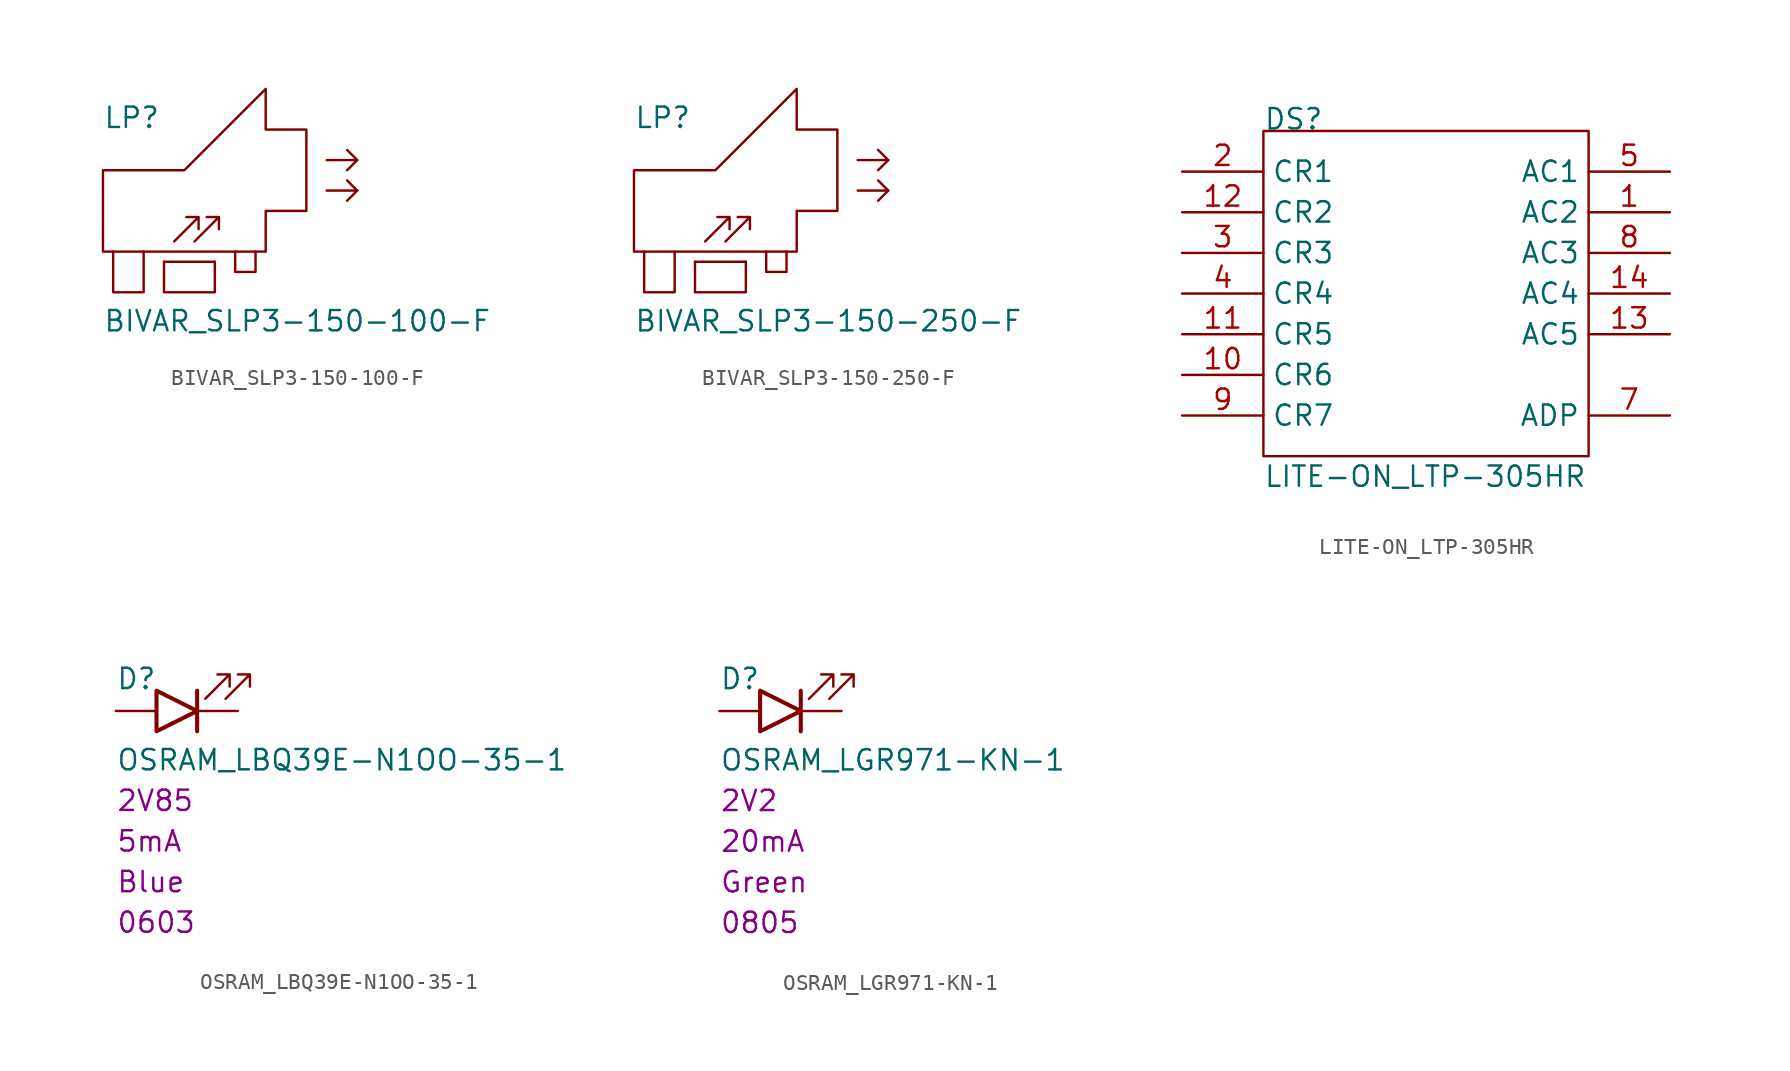
<source format=kicad_sym>
(kicad_symbol_lib
  (version 20220914)
  (generator kicad_symbol_editor)
  (symbol "BIVAR_SLP3-150-100-F"
    (pin_numbers hide)
    (pin_names
      (offset 0.254) hide)
    (property "Reference" "LP"
      (at 0 7.62 0)
      (effects (font (size 1.27 1.27)) (justify left bottom)))
    (property "Value" "BIVAR_SLP3-150-100-F"
      (at 0 -5.08 0)
      (effects (font (size 1.27 1.27)) (justify left bottom)))
    (symbol "BIVAR_SLP3-150-100-F_0_1"
      (polyline (pts (xy 6.985 -0.635) (xy 3.81 -0.635)) (stroke (width 0) (type default)) (fill (type none)))
      (polyline (pts (xy 15.875 3.81) (xy 15.24 3.175)) (stroke (width 0) (type default)) (fill (type none)))
      (polyline (pts (xy 15.875 5.715) (xy 15.24 5.08)) (stroke (width 0) (type default)) (fill (type none)))
      (polyline (pts (xy 13.97 3.81) (xy 15.875 3.81) (xy 15.24 4.445)) (stroke (width 0) (type default)) (fill (type none)))
      (polyline (pts (xy 13.97 5.715) (xy 15.875 5.715) (xy 15.24 6.35)) (stroke (width 0) (type default)) (fill (type none)))
      (polyline (pts (xy 0.635 0) (xy 0.635 -2.54) (xy 2.54 -2.54) (xy 2.54 0)) (stroke (width 0) (type default)) (fill (type none)))
      (polyline (pts (xy 3.81 -0.635) (xy 3.81 -2.54) (xy 6.985 -2.54) (xy 6.985 -0.635)) (stroke (width 0) (type default)) (fill (type none)))
      (polyline (pts (xy 8.255 0) (xy 8.255 -1.27) (xy 9.525 -1.27) (xy 9.525 0)) (stroke (width 0) (type default)) (fill (type none)))
      (polyline (pts (xy 4.445 0.635) (xy 5.969 2.159) (xy 5.207 2.159) (xy 5.969 2.159) (xy 5.969 1.397)) (stroke (width 0) (type default)) (fill (type none)))
      (polyline (pts (xy 5.715 0.635) (xy 7.239 2.159) (xy 6.477 2.159) (xy 7.239 2.159) (xy 7.239 1.397)) (stroke (width 0) (type default)) (fill (type none)))
      (polyline (pts (xy 0 0) (xy 0 5.08) (xy 5.08 5.08) (xy 10.16 10.16) (xy 10.16 7.62) (xy 12.7 7.62) (xy 12.7 2.54) (xy 10.16 2.54) (xy 10.16 0) (xy 0 0)) (stroke (width 0) (type default)) (fill (type none)))))
  (symbol "BIVAR_SLP3-150-250-F"
    (pin_numbers hide)
    (pin_names
      (offset 0.254) hide)
    (property "Reference" "LP"
      (at 0 7.62 0)
      (effects (font (size 1.27 1.27)) (justify left bottom)))
    (property "Value" "BIVAR_SLP3-150-250-F"
      (at 0 -5.08 0)
      (effects (font (size 1.27 1.27)) (justify left bottom)))
    (symbol "BIVAR_SLP3-150-250-F_0_1"
      (polyline (pts (xy 6.985 -0.635) (xy 3.81 -0.635)) (stroke (width 0) (type default)) (fill (type none)))
      (polyline (pts (xy 15.875 3.81) (xy 15.24 3.175)) (stroke (width 0) (type default)) (fill (type none)))
      (polyline (pts (xy 15.875 5.715) (xy 15.24 5.08)) (stroke (width 0) (type default)) (fill (type none)))
      (polyline (pts (xy 13.97 3.81) (xy 15.875 3.81) (xy 15.24 4.445)) (stroke (width 0) (type default)) (fill (type none)))
      (polyline (pts (xy 13.97 5.715) (xy 15.875 5.715) (xy 15.24 6.35)) (stroke (width 0) (type default)) (fill (type none)))
      (polyline (pts (xy 0.635 0) (xy 0.635 -2.54) (xy 2.54 -2.54) (xy 2.54 0)) (stroke (width 0) (type default)) (fill (type none)))
      (polyline (pts (xy 3.81 -0.635) (xy 3.81 -2.54) (xy 6.985 -2.54) (xy 6.985 -0.635)) (stroke (width 0) (type default)) (fill (type none)))
      (polyline (pts (xy 8.255 0) (xy 8.255 -1.27) (xy 9.525 -1.27) (xy 9.525 0)) (stroke (width 0) (type default)) (fill (type none)))
      (polyline (pts (xy 4.445 0.635) (xy 5.969 2.159) (xy 5.207 2.159) (xy 5.969 2.159) (xy 5.969 1.397)) (stroke (width 0) (type default)) (fill (type none)))
      (polyline (pts (xy 5.715 0.635) (xy 7.239 2.159) (xy 6.477 2.159) (xy 7.239 2.159) (xy 7.239 1.397)) (stroke (width 0) (type default)) (fill (type none)))
      (polyline (pts (xy 0 0) (xy 0 5.08) (xy 5.08 5.08) (xy 10.16 10.16) (xy 10.16 7.62) (xy 12.7 7.62) (xy 12.7 2.54) (xy 10.16 2.54) (xy 10.16 0) (xy 0 0)) (stroke (width 0) (type default)) (fill (type none)))))
  (symbol "LITE-ON_LTP-305HR"
    (property "Reference" "DS"
      (at 5.08 2.54 0)
      (effects (font (size 1.27 1.27)) (justify left bottom)))
    (property "Value" "LITE-ON_LTP-305HR"
      (at 5.08 -19.05 0)
      (effects (font (size 1.27 1.27)) (justify left)))
    (symbol "LITE-ON_LTP-305HR_0_0"
      (rectangle (start 5.08 2.54) (end 25.4 -17.78) (stroke (width 0.152) (type default)) (fill (type none))))
    (symbol "LITE-ON_LTP-305HR_1_1"
      (pin bidirectional line (at 30.48 -2.54 180) (length 5.08) (name "AC2" (effects (font (size 1.27 1.27)))) (number "1" (effects (font (size 1.27 1.27)))))
      (pin bidirectional line (at 0 -12.7 0) (length 5.08) (name "CR6" (effects (font (size 1.27 1.27)))) (number "10" (effects (font (size 1.27 1.27)))))
      (pin bidirectional line (at 0 -10.16 0) (length 5.08) (name "CR5" (effects (font (size 1.27 1.27)))) (number "11" (effects (font (size 1.27 1.27)))))
      (pin bidirectional line (at 0 -2.54 0) (length 5.08) (name "CR2" (effects (font (size 1.27 1.27)))) (number "12" (effects (font (size 1.27 1.27)))))
      (pin bidirectional line (at 30.48 -10.16 180) (length 5.08) (name "AC5" (effects (font (size 1.27 1.27)))) (number "13" (effects (font (size 1.27 1.27)))))
      (pin bidirectional line (at 30.48 -7.62 180) (length 5.08) (name "AC4" (effects (font (size 1.27 1.27)))) (number "14" (effects (font (size 1.27 1.27)))))
      (pin bidirectional line (at 0 0 0) (length 5.08) (name "CR1" (effects (font (size 1.27 1.27)))) (number "2" (effects (font (size 1.27 1.27)))))
      (pin bidirectional line (at 0 -5.08 0) (length 5.08) (name "CR3" (effects (font (size 1.27 1.27)))) (number "3" (effects (font (size 1.27 1.27)))))
      (pin bidirectional line (at 0 -7.62 0) (length 5.08) (name "CR4" (effects (font (size 1.27 1.27)))) (number "4" (effects (font (size 1.27 1.27)))))
      (pin bidirectional line (at 30.48 0 180) (length 5.08) (name "AC1" (effects (font (size 1.27 1.27)))) (number "5" (effects (font (size 1.27 1.27)))))
      (pin bidirectional line (at 30.48 -15.24 180) (length 5.08) (name "ADP" (effects (font (size 1.27 1.27)))) (number "7" (effects (font (size 1.27 1.27)))))
      (pin bidirectional line (at 30.48 -5.08 180) (length 5.08) (name "AC3" (effects (font (size 1.27 1.27)))) (number "8" (effects (font (size 1.27 1.27)))))
      (pin bidirectional line (at 0 -15.24 0) (length 5.08) (name "CR7" (effects (font (size 1.27 1.27)))) (number "9" (effects (font (size 1.27 1.27)))))))
  (symbol "OSRAM_LBQ39E-N1OO-35-1"
    (pin_numbers hide)
    (pin_names
      (offset 0.254) hide)
    (property "Reference" "D"
      (at 0 1.27 0)
      (effects (font (size 1.27 1.27)) (justify left bottom)))
    (property "Value" "OSRAM_LBQ39E-N1OO-35-1"
      (at 0 -3.81 0)
      (effects (font (size 1.27 1.27)) (justify left bottom)))
    (property "Vf" "2V85"
      (at 0 -6.35 0)
      (effects (font (size 1.27 1.27)) (justify left bottom)))
    (property "Current" "5mA"
      (at 0 -8.89 0)
      (effects (font (size 1.27 1.27)) (justify left bottom)))
    (property "Color" "Blue"
      (at 0 -11.43 0)
      (effects (font (size 1.27 1.27)) (justify left bottom)))
    (property "Package" "0603"
      (at 0 -13.97 0)
      (effects (font (size 1.27 1.27)) (justify left bottom)))
    (symbol "OSRAM_LBQ39E-N1OO-35-1_0_1"
      (polyline (pts (xy 5.08 1.27) (xy 5.08 -1.27)) (stroke (width 0.254) (type default)) (fill (type none)))
      (polyline (pts (xy 2.54 1.27) (xy 2.54 -1.27) (xy 5.08 0) (xy 2.54 1.27)) (stroke (width 0.254) (type default)) (fill (type none)))
      (polyline (pts (xy 5.588 0.762) (xy 7.112 2.286) (xy 6.35 2.286) (xy 7.112 2.286) (xy 7.112 1.524)) (stroke (width 0) (type default)) (fill (type none)))
      (polyline (pts (xy 6.858 0.762) (xy 8.382 2.286) (xy 7.62 2.286) (xy 8.382 2.286) (xy 8.382 1.524)) (stroke (width 0) (type default)) (fill (type none))))
    (symbol "OSRAM_LBQ39E-N1OO-35-1_1_1"
      (pin passive line (at 0 0 0) (length 2.54) (name "A" (effects (font (size 1.27 1.27)))) (number "A" (effects (font (size 1.27 1.27)))))
      (pin passive line (at 7.62 0 180) (length 2.54) (name "C" (effects (font (size 1.27 1.27)))) (number "C" (effects (font (size 1.27 1.27)))))))
  (symbol "OSRAM_LGR971-KN-1"
    (pin_numbers hide)
    (pin_names
      (offset 0.254) hide)
    (property "Reference" "D"
      (at 0 1.27 0)
      (effects (font (size 1.27 1.27)) (justify left bottom)))
    (property "Value" "OSRAM_LGR971-KN-1"
      (at 0 -3.81 0)
      (effects (font (size 1.27 1.27)) (justify left bottom)))
    (property "Vf" "2V2"
      (at 0 -6.35 0)
      (effects (font (size 1.27 1.27)) (justify left bottom)))
    (property "Current" "20mA"
      (at 0 -8.89 0)
      (effects (font (size 1.27 1.27)) (justify left bottom)))
    (property "Color" "Green"
      (at 0 -11.43 0)
      (effects (font (size 1.27 1.27)) (justify left bottom)))
    (property "Package" "0805"
      (at 0 -13.97 0)
      (effects (font (size 1.27 1.27)) (justify left bottom)))
    (symbol "OSRAM_LGR971-KN-1_0_1"
      (polyline (pts (xy 5.08 1.27) (xy 5.08 -1.27)) (stroke (width 0.254) (type default)) (fill (type none)))
      (polyline (pts (xy 2.54 1.27) (xy 2.54 -1.27) (xy 5.08 0) (xy 2.54 1.27)) (stroke (width 0.254) (type default)) (fill (type none)))
      (polyline (pts (xy 5.588 0.762) (xy 7.112 2.286) (xy 6.35 2.286) (xy 7.112 2.286) (xy 7.112 1.524)) (stroke (width 0) (type default)) (fill (type none)))
      (polyline (pts (xy 6.858 0.762) (xy 8.382 2.286) (xy 7.62 2.286) (xy 8.382 2.286) (xy 8.382 1.524)) (stroke (width 0) (type default)) (fill (type none))))
    (symbol "OSRAM_LGR971-KN-1_1_1"
      (pin passive line (at 0 0 0) (length 2.54) (name "A" (effects (font (size 1.27 1.27)))) (number "A" (effects (font (size 1.27 1.27)))))
      (pin passive line (at 7.62 0 180) (length 2.54) (name "C" (effects (font (size 1.27 1.27)))) (number "C" (effects (font (size 1.27 1.27))))))))
</source>
